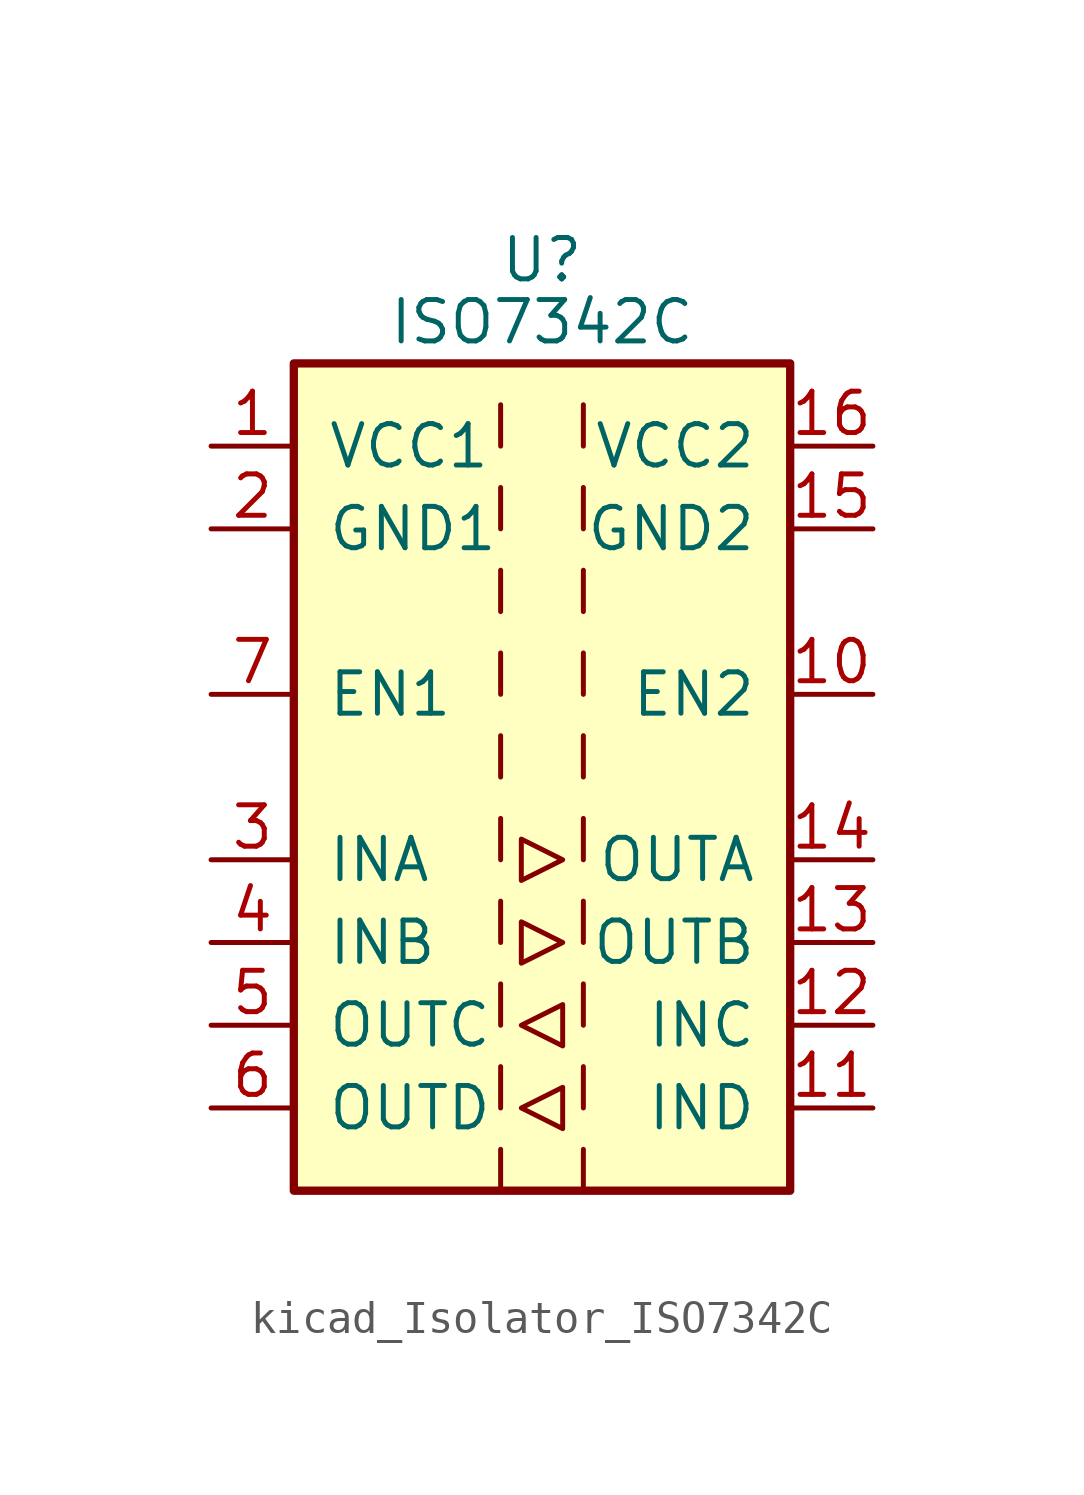
<source format=kicad_sym>
(kicad_symbol_lib
  (version 20220914)
  (generator kicad_symbol_editor)
  (symbol "kicad_Isolator_ISO7342C"
    (pin_names
      (offset 1.016))
    (property "Reference" "U"
      (at 0 15.875 0)
      (effects (font (size 1.27 1.27))))
    (property "Value" "ISO7342C"
      (at 0 13.97 0)
      (effects (font (size 1.27 1.27))))
    (symbol "kicad_Isolator_ISO7342C_0_1"
      (rectangle (start -7.62 12.7) (end 7.62 -12.7) (stroke (width 0.254) (type default)) (fill (type background)))
      (polyline (pts (xy -1.27 -11.43) (xy -1.27 -12.7)) (stroke (width 0) (type default)) (fill (type none)))
      (polyline (pts (xy -1.27 -8.89) (xy -1.27 -10.16)) (stroke (width 0) (type default)) (fill (type none)))
      (polyline (pts (xy -1.27 -6.35) (xy -1.27 -7.62)) (stroke (width 0) (type default)) (fill (type none)))
      (polyline (pts (xy -1.27 -3.81) (xy -1.27 -5.08)) (stroke (width 0) (type default)) (fill (type none)))
      (polyline (pts (xy -1.27 -1.27) (xy -1.27 -2.54)) (stroke (width 0) (type default)) (fill (type none)))
      (polyline (pts (xy -1.27 1.27) (xy -1.27 0)) (stroke (width 0) (type default)) (fill (type none)))
      (polyline (pts (xy -1.27 3.81) (xy -1.27 2.54)) (stroke (width 0) (type default)) (fill (type none)))
      (polyline (pts (xy -1.27 6.35) (xy -1.27 5.08)) (stroke (width 0) (type default)) (fill (type none)))
      (polyline (pts (xy -1.27 8.89) (xy -1.27 7.62)) (stroke (width 0) (type default)) (fill (type none)))
      (polyline (pts (xy -1.27 11.43) (xy -1.27 10.16)) (stroke (width 0) (type default)) (fill (type none)))
      (polyline (pts (xy 1.27 -11.43) (xy 1.27 -12.7)) (stroke (width 0) (type default)) (fill (type none)))
      (polyline (pts (xy 1.27 -8.89) (xy 1.27 -10.16)) (stroke (width 0) (type default)) (fill (type none)))
      (polyline (pts (xy 1.27 -6.35) (xy 1.27 -7.62)) (stroke (width 0) (type default)) (fill (type none)))
      (polyline (pts (xy 1.27 -3.81) (xy 1.27 -5.08)) (stroke (width 0) (type default)) (fill (type none)))
      (polyline (pts (xy 1.27 -1.27) (xy 1.27 -2.54)) (stroke (width 0) (type default)) (fill (type none)))
      (polyline (pts (xy 1.27 1.27) (xy 1.27 0)) (stroke (width 0) (type default)) (fill (type none)))
      (polyline (pts (xy 1.27 3.81) (xy 1.27 2.54)) (stroke (width 0) (type default)) (fill (type none)))
      (polyline (pts (xy 1.27 6.35) (xy 1.27 5.08)) (stroke (width 0) (type default)) (fill (type none)))
      (polyline (pts (xy 1.27 8.89) (xy 1.27 7.62)) (stroke (width 0) (type default)) (fill (type none)))
      (polyline (pts (xy 1.27 11.43) (xy 1.27 10.16)) (stroke (width 0) (type default)) (fill (type none)))
      (polyline (pts (xy -0.635 -10.16) (xy 0.635 -9.525) (xy 0.635 -10.795) (xy -0.635 -10.16)) (stroke (width 0) (type default)) (fill (type none)))
      (polyline (pts (xy -0.635 -7.62) (xy 0.635 -6.985) (xy 0.635 -8.255) (xy -0.635 -7.62)) (stroke (width 0) (type default)) (fill (type none)))
      (polyline (pts (xy -0.635 -4.445) (xy -0.635 -5.715) (xy 0.635 -5.08) (xy -0.635 -4.445)) (stroke (width 0) (type default)) (fill (type none)))
      (polyline (pts (xy -0.635 -1.905) (xy -0.635 -3.175) (xy 0.635 -2.54) (xy -0.635 -1.905)) (stroke (width 0) (type default)) (fill (type none))))
    (symbol "kicad_Isolator_ISO7342C_1_1"
      (pin power_in line (at -10.16 10.16 0) (length 2.54) (name "VCC1" (effects (font (size 1.27 1.27)))) (number "1" (effects (font (size 1.27 1.27)))))
      (pin input line (at 10.16 2.54 180) (length 2.54) (name "EN2" (effects (font (size 1.27 1.27)))) (number "10" (effects (font (size 1.27 1.27)))))
      (pin input line (at 10.16 -10.16 180) (length 2.54) (name "IND" (effects (font (size 1.27 1.27)))) (number "11" (effects (font (size 1.27 1.27)))))
      (pin input line (at 10.16 -7.62 180) (length 2.54) (name "INC" (effects (font (size 1.27 1.27)))) (number "12" (effects (font (size 1.27 1.27)))))
      (pin output line (at 10.16 -5.08 180) (length 2.54) (name "OUTB" (effects (font (size 1.27 1.27)))) (number "13" (effects (font (size 1.27 1.27)))))
      (pin output line (at 10.16 -2.54 180) (length 2.54) (name "OUTA" (effects (font (size 1.27 1.27)))) (number "14" (effects (font (size 1.27 1.27)))))
      (pin power_in line (at 10.16 7.62 180) (length 2.54) (name "GND2" (effects (font (size 1.27 1.27)))) (number "15" (effects (font (size 1.27 1.27)))))
      (pin power_in line (at 10.16 10.16 180) (length 2.54) (name "VCC2" (effects (font (size 1.27 1.27)))) (number "16" (effects (font (size 1.27 1.27)))))
      (pin power_in line (at -10.16 7.62 0) (length 2.54) (name "GND1" (effects (font (size 1.27 1.27)))) (number "2" (effects (font (size 1.27 1.27)))))
      (pin input line (at -10.16 -2.54 0) (length 2.54) (name "INA" (effects (font (size 1.27 1.27)))) (number "3" (effects (font (size 1.27 1.27)))))
      (pin input line (at -10.16 -5.08 0) (length 2.54) (name "INB" (effects (font (size 1.27 1.27)))) (number "4" (effects (font (size 1.27 1.27)))))
      (pin output line (at -10.16 -7.62 0) (length 2.54) (name "OUTC" (effects (font (size 1.27 1.27)))) (number "5" (effects (font (size 1.27 1.27)))))
      (pin output line (at -10.16 -10.16 0) (length 2.54) (name "OUTD" (effects (font (size 1.27 1.27)))) (number "6" (effects (font (size 1.27 1.27)))))
      (pin input line (at -10.16 2.54 0) (length 2.54) (name "EN1" (effects (font (size 1.27 1.27)))) (number "7" (effects (font (size 1.27 1.27)))))
      (pin passive line (at -10.16 7.62 0) (length 2.54) hide (name "GND1" (effects (font (size 1.27 1.27)))) (number "8" (effects (font (size 1.27 1.27)))))
      (pin passive line (at 10.16 7.62 180) (length 2.54) hide (name "GND2" (effects (font (size 1.27 1.27)))) (number "9" (effects (font (size 1.27 1.27))))))))
</source>
